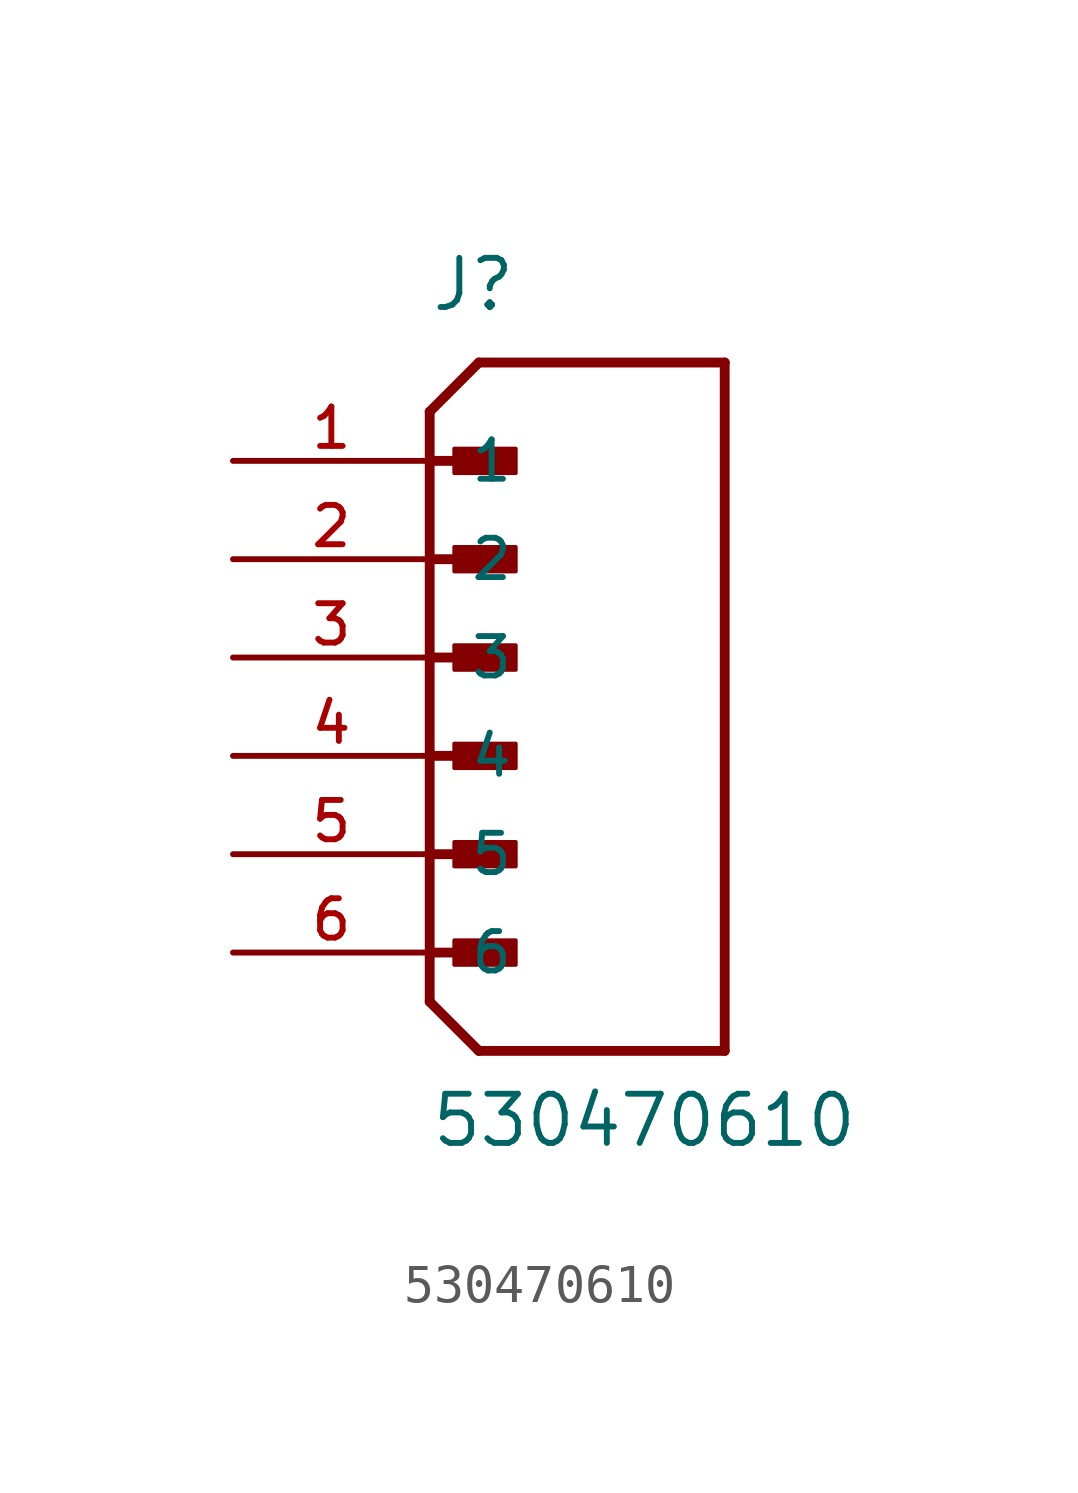
<source format=kicad_sym>
(kicad_symbol_lib
  (version 20211014)
  (generator kicad_symbol_editor)
  (symbol "530470610"
    (pin_names
      (offset 1.016))
    (property "Reference" "J"
      (at 0.0 8.89 0)
      (effects (font (size 1.27 1.27)) (justify bottom left)))
    (property "Value" "530470610"
      (at 0.0 -12.7 0)
      (effects (font (size 1.27 1.27)) (justify bottom left)))
    (symbol "530470610_0_0"
      (polyline (pts (xy 0.0 6.35) (xy 1.27 7.62)) (stroke (width 0.254)))
      (polyline (pts (xy 0.0 -8.89) (xy 1.27 -10.16)) (stroke (width 0.254)))
      (polyline (pts (xy 1.27 -10.16) (xy 7.62 -10.16)) (stroke (width 0.254)))
      (polyline (pts (xy 7.62 -10.16) (xy 7.62 7.62)) (stroke (width 0.254)))
      (polyline (pts (xy 7.62 7.62) (xy 1.27 7.62)) (stroke (width 0.254)))
      (polyline (pts (xy 0.0 5.08) (xy 1.905 5.08)) (stroke (width 0.254)))
      (rectangle (start 0.635 4.763) (end 2.223 5.397) (stroke (width 0.1)) (fill (type outline)))
      (polyline (pts (xy 0.0 2.54) (xy 1.905 2.54)) (stroke (width 0.254)))
      (rectangle (start 0.635 2.223) (end 2.223 2.857) (stroke (width 0.1)) (fill (type outline)))
      (polyline (pts (xy 0.0 6.35) (xy 0.0 -8.89)) (stroke (width 0.254)))
      (polyline (pts (xy 0.0 0.0) (xy 1.905 0.0)) (stroke (width 0.254)))
      (rectangle (start 0.635 -0.318) (end 2.223 0.318) (stroke (width 0.1)) (fill (type outline)))
      (polyline (pts (xy 0.0 -2.54) (xy 1.905 -2.54)) (stroke (width 0.254)))
      (rectangle (start 0.635 -2.857) (end 2.223 -2.223) (stroke (width 0.1)) (fill (type outline)))
      (polyline (pts (xy 0.0 -5.08) (xy 1.905 -5.08)) (stroke (width 0.254)))
      (rectangle (start 0.635 -5.397) (end 2.223 -4.763) (stroke (width 0.1)) (fill (type outline)))
      (polyline (pts (xy 0.0 -7.62) (xy 1.905 -7.62)) (stroke (width 0.254)))
      (rectangle (start 0.635 -7.938) (end 2.223 -7.303) (stroke (width 0.1)) (fill (type outline)))
      (pin passive line (at -5.08 5.08 0) (length 5.08) (name "1" (effects (font (size 1.016 1.016)))) (number "1" (effects (font (size 1.016 1.016)))))
      (pin passive line (at -5.08 2.54 0) (length 5.08) (name "2" (effects (font (size 1.016 1.016)))) (number "2" (effects (font (size 1.016 1.016)))))
      (pin passive line (at -5.08 0.0 0) (length 5.08) (name "3" (effects (font (size 1.016 1.016)))) (number "3" (effects (font (size 1.016 1.016)))))
      (pin passive line (at -5.08 -2.54 0) (length 5.08) (name "4" (effects (font (size 1.016 1.016)))) (number "4" (effects (font (size 1.016 1.016)))))
      (pin passive line (at -5.08 -5.08 0) (length 5.08) (name "5" (effects (font (size 1.016 1.016)))) (number "5" (effects (font (size 1.016 1.016)))))
      (pin passive line (at -5.08 -7.62 0) (length 5.08) (name "6" (effects (font (size 1.016 1.016)))) (number "6" (effects (font (size 1.016 1.016))))))))
</source>
